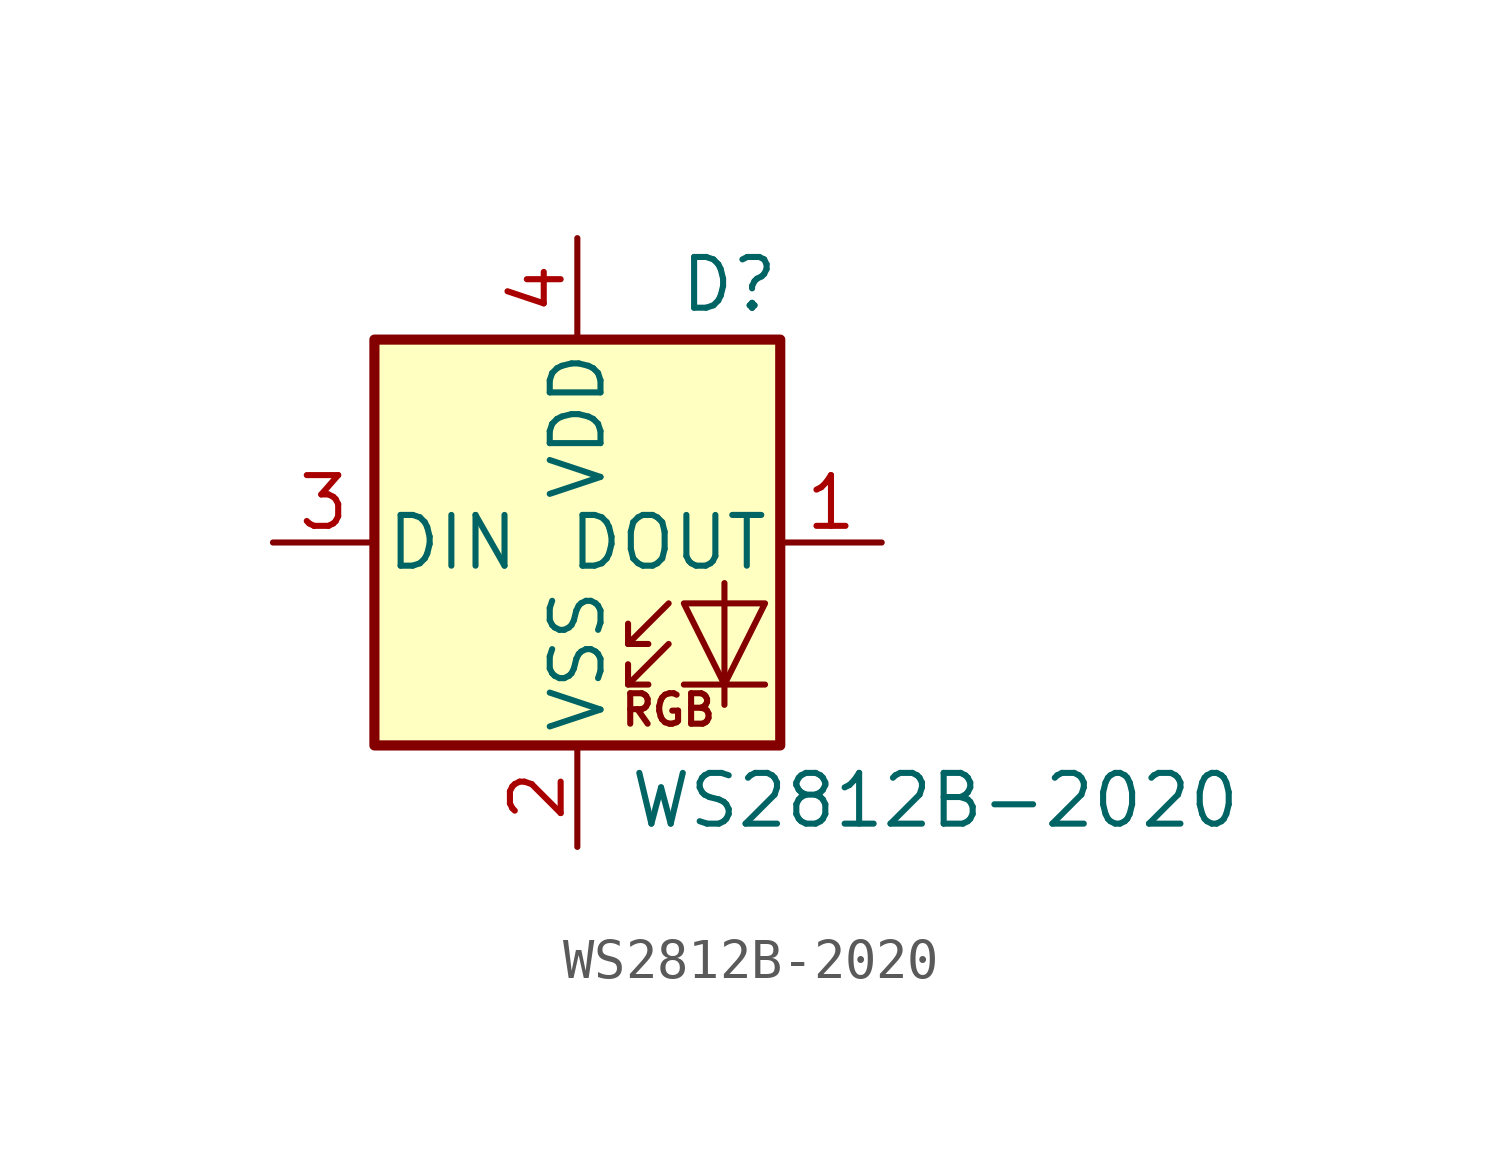
<source format=kicad_sym>
(kicad_symbol_lib
  (version 20241209)
  (generator "kicad_symbol_editor")
  (generator_version "9.0")
  (symbol "WS2812B-2020"
    (pin_names
      (offset 0.254))
    (property "Reference" "D"
      (at 5.08 5.715 0)
      (effects (font (size 1.27 1.27)) (justify right bottom)))
    (property "Value" "WS2812B-2020"
      (at 1.27 -5.715 0)
      (effects (font (size 1.27 1.27)) (justify left top)))
    (symbol "WS2812B-2020_0_0"
      (text "RGB" (at 2.286 -4.191 0) (effects (font (size 0.762 0.762)))))
    (symbol "WS2812B-2020_0_1"
      (rectangle (start -5.08 5.08) (end 5.08 -5.08) (stroke (width 0.254) (type default)) (fill (type background)))
      (polyline (pts (xy 1.27 -2.54) (xy 1.778 -2.54)) (stroke (width 0) (type default)) (fill (type none)))
      (polyline (pts (xy 1.27 -3.556) (xy 1.778 -3.556)) (stroke (width 0) (type default)) (fill (type none)))
      (polyline (pts (xy 2.286 -1.524) (xy 1.27 -2.54) (xy 1.27 -2.032)) (stroke (width 0) (type default)) (fill (type none)))
      (polyline (pts (xy 2.286 -2.54) (xy 1.27 -3.556) (xy 1.27 -3.048)) (stroke (width 0) (type default)) (fill (type none)))
      (polyline (pts (xy 3.683 -1.016) (xy 3.683 -3.556) (xy 3.683 -4.064)) (stroke (width 0) (type default)) (fill (type none)))
      (polyline (pts (xy 4.699 -1.524) (xy 2.667 -1.524) (xy 3.683 -3.556) (xy 4.699 -1.524)) (stroke (width 0) (type default)) (fill (type none)))
      (polyline (pts (xy 4.699 -3.556) (xy 2.667 -3.556)) (stroke (width 0) (type default)) (fill (type none))))
    (symbol "WS2812B-2020_1_1"
      (pin input line (at -7.62 0 0) (length 2.54) (name "DIN" (effects (font (size 1.27 1.27)))) (number "3" (effects (font (size 1.27 1.27)))))
      (pin power_in line (at 0 7.62 270) (length 2.54) (name "VDD" (effects (font (size 1.27 1.27)))) (number "4" (effects (font (size 1.27 1.27)))))
      (pin power_in line (at 0 -7.62 90) (length 2.54) (name "VSS" (effects (font (size 1.27 1.27)))) (number "2" (effects (font (size 1.27 1.27)))))
      (pin output line (at 7.62 0 180) (length 2.54) (name "DOUT" (effects (font (size 1.27 1.27)))) (number "1" (effects (font (size 1.27 1.27))))))))
</source>
